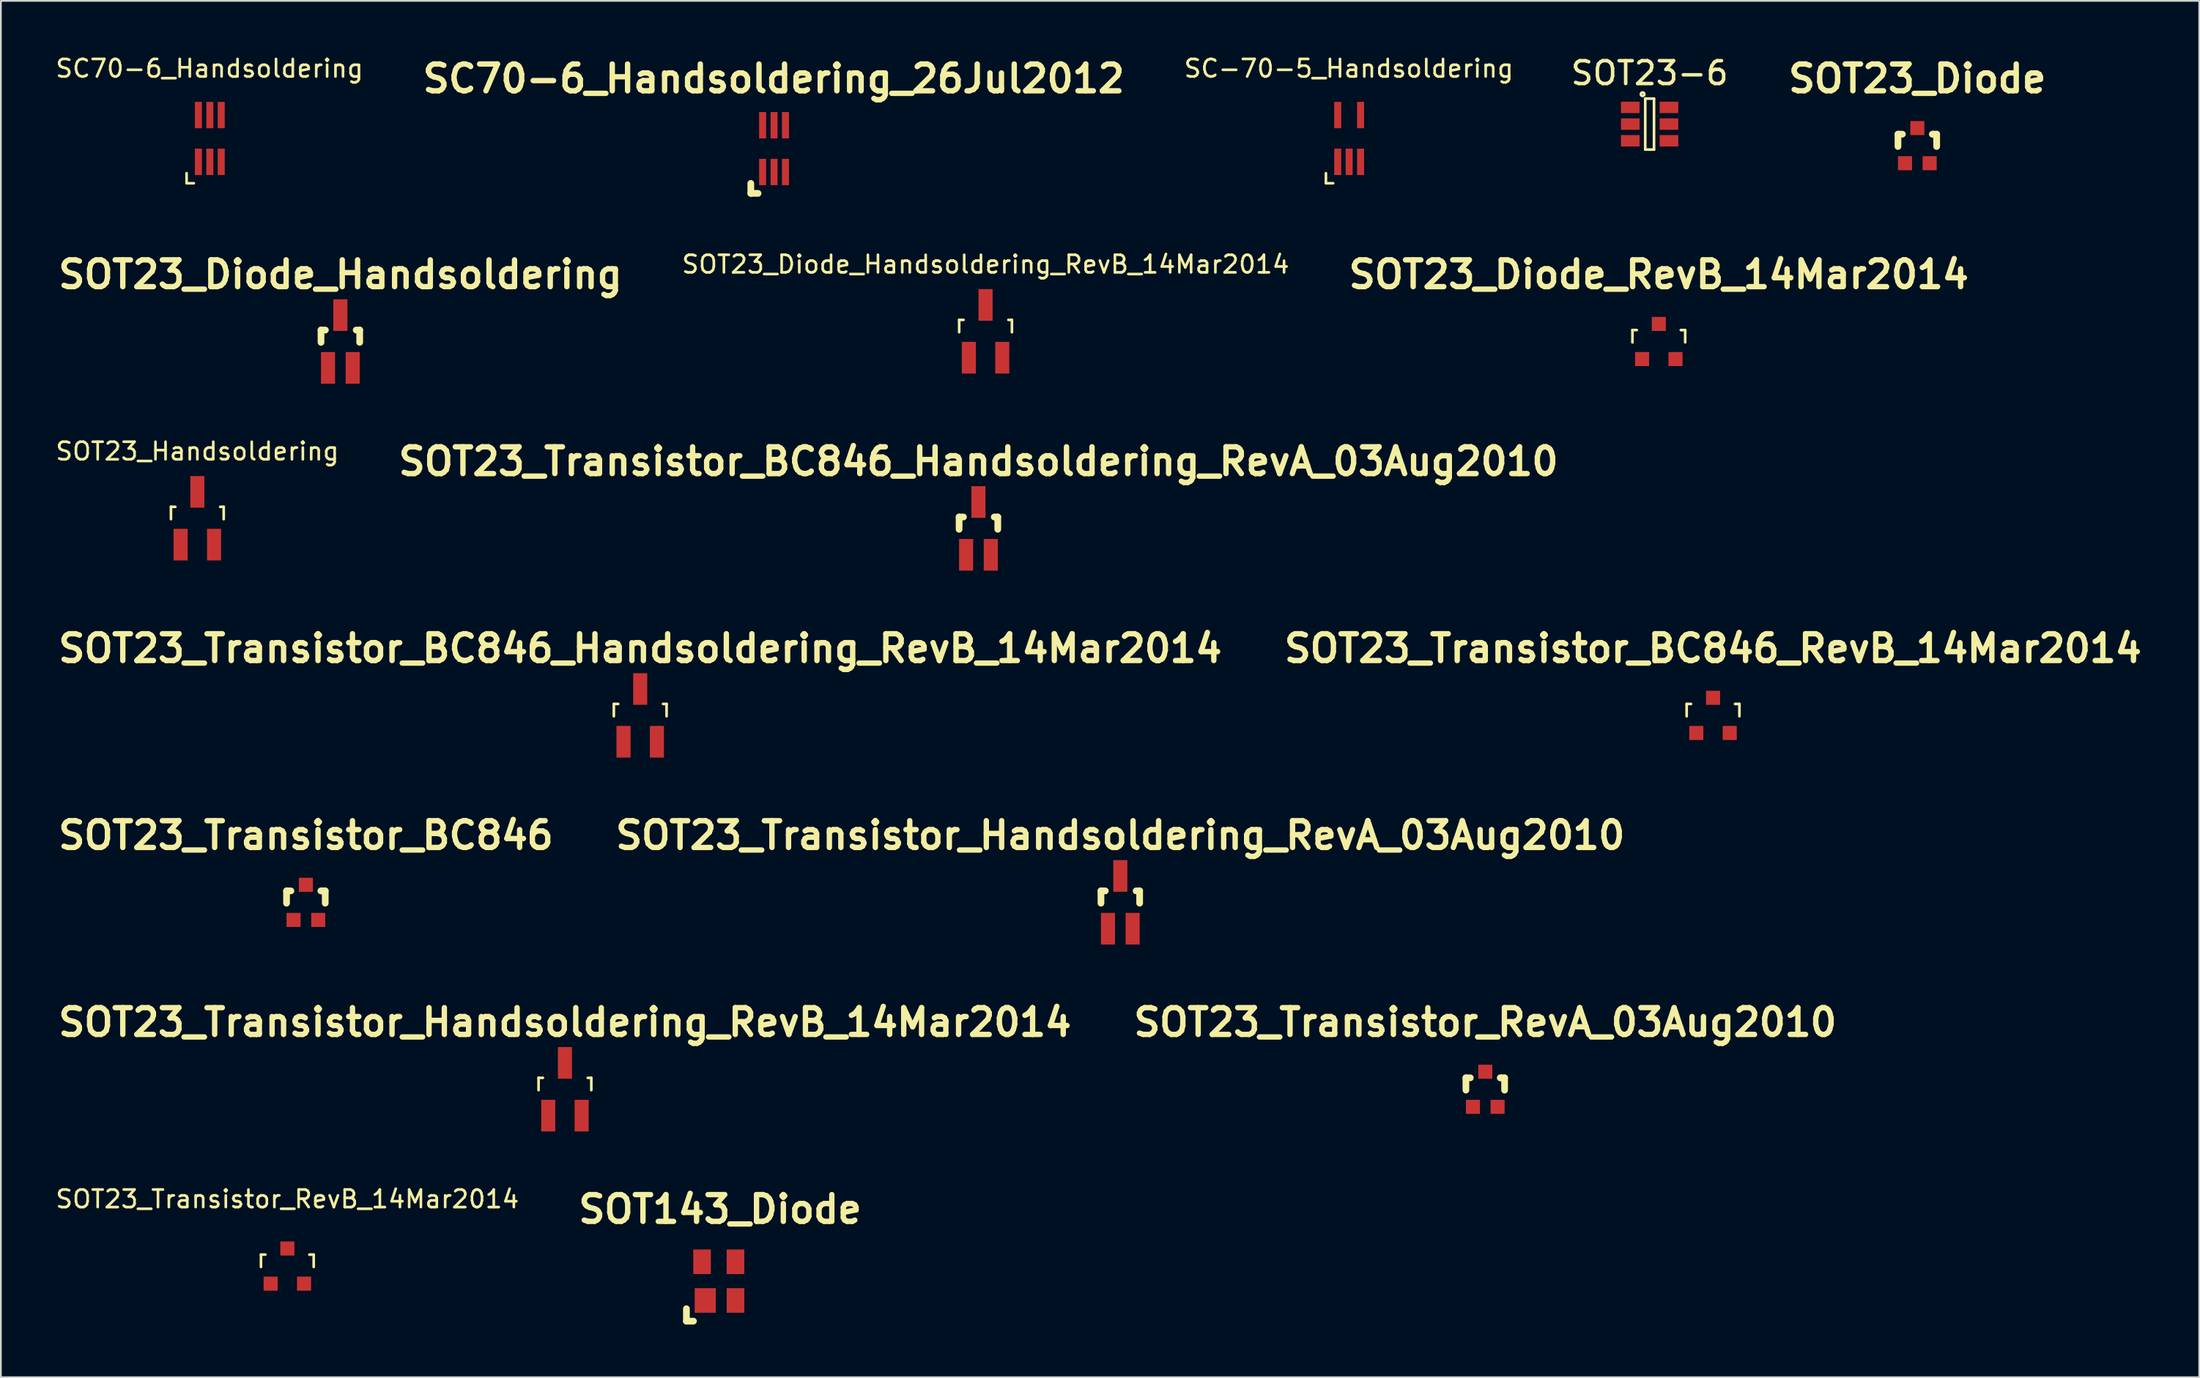
<source format=kicad_pcb>
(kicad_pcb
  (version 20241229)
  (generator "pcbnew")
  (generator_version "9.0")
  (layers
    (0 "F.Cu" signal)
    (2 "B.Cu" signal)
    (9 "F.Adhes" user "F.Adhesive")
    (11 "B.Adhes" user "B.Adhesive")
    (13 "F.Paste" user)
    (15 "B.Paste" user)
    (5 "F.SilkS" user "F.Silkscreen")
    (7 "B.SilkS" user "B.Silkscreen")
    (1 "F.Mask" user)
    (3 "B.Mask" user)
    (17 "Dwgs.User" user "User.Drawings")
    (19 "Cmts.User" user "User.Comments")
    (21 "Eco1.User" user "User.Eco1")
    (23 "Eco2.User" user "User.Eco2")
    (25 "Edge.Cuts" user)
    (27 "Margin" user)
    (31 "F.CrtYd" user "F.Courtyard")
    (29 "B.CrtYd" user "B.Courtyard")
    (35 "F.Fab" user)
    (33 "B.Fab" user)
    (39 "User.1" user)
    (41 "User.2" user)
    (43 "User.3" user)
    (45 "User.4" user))
  (footprint "SOT23_Transistor_RevA_03Aug2010"
    (layer "F.Cu")
    (at 81.421 58.933)
    (property "Reference" "SOT23_Transistor_RevA_03Aug2010" (at 0 -3.81 0) (layer "F.SilkS") (effects (font (size 1.524 1.524) (thickness 0.305))))
    (attr smd)
    (fp_line (start -1.1 -0.65) (end -0.851 -0.65) (stroke (width 0.381) (type solid)) (layer "F.SilkS"))
    (fp_line (start -1.1 0.051) (end -1.1 -0.65) (stroke (width 0.381) (type solid)) (layer "F.SilkS"))
    (fp_line (start 0.899 -0.65) (end 0.851 -0.65) (stroke (width 0.381) (type solid)) (layer "F.SilkS"))
    (fp_line (start 0.899 -0.65) (end 1.1 -0.65) (stroke (width 0.381) (type solid)) (layer "F.SilkS"))
    (fp_line (start 1.1 -0.65) (end 1.1 0.051) (stroke (width 0.381) (type solid)) (layer "F.SilkS"))
    (pad "1" smd rect (at -0.701 1.001) (size 0.8 0.8) (layers "F.Cu" "F.Mask" "F.Paste"))
    (pad "2" smd rect (at 0.701 1.001) (size 0.8 0.8) (layers "F.Cu" "F.Mask" "F.Paste"))
    (pad "3" smd rect (at 0 -0.998) (size 0.8 0.8) (layers "F.Cu" "F.Mask" "F.Paste")))
  (footprint "SOT23_Diode"
    (layer "F.Cu")
    (at 105.994 5.236)
    (property "Reference" "SOT23_Diode" (at 0 -3.81 0) (layer "F.SilkS") (effects (font (size 1.524 1.524) (thickness 0.305))))
    (attr through_hole)
    (fp_line (start -1.1 -0.65) (end -0.851 -0.65) (stroke (width 0.381) (type solid)) (layer "F.SilkS"))
    (fp_line (start -1.1 0.051) (end -1.1 -0.65) (stroke (width 0.381) (type solid)) (layer "F.SilkS"))
    (fp_line (start 0.899 -0.65) (end 0.851 -0.65) (stroke (width 0.381) (type solid)) (layer "F.SilkS"))
    (fp_line (start 0.899 -0.65) (end 1.1 -0.65) (stroke (width 0.381) (type solid)) (layer "F.SilkS"))
    (fp_line (start 1.1 -0.65) (end 1.1 0.051) (stroke (width 0.381) (type solid)) (layer "F.SilkS"))
    (pad "1" smd rect (at -0.701 1.001) (size 0.8 0.8) (layers "F.Cu" "F.Mask" "F.Paste"))
    (pad "2" smd rect (at 0.701 1.001) (size 0.8 0.8) (layers "F.Cu" "F.Mask" "F.Paste"))
    (pad "3" smd rect (at 0 -0.998) (size 0.8 0.8) (layers "F.Cu" "F.Mask" "F.Paste")))
  (footprint "SOT23_Transistor_RevB_14Mar2014"
    (layer "F.Cu")
    (at 13.292 68.993)
    (property "Reference" "SOT23_Transistor_RevB_14Mar2014" (at 0 -3.81 0) (layer "F.SilkS") (effects (font (size 1 1) (thickness 0.15))))
    (attr smd)
    (fp_line (start -1.5 -0.65) (end -1.251 -0.65) (stroke (width 0.15) (type solid)) (layer "F.SilkS"))
    (fp_line (start -1.5 0.051) (end -1.5 -0.65) (stroke (width 0.15) (type solid)) (layer "F.SilkS"))
    (fp_line (start 1.299 -0.65) (end 1.251 -0.65) (stroke (width 0.15) (type solid)) (layer "F.SilkS"))
    (fp_line (start 1.299 -0.65) (end 1.5 -0.65) (stroke (width 0.15) (type solid)) (layer "F.SilkS"))
    (fp_line (start 1.5 -0.65) (end 1.5 0.051) (stroke (width 0.15) (type solid)) (layer "F.SilkS"))
    (pad "1" smd rect (at -0.95 1.001) (size 0.8 0.8) (layers "F.Cu" "F.Mask" "F.Paste"))
    (pad "2" smd rect (at 0.95 1.001) (size 0.8 0.8) (layers "F.Cu" "F.Mask" "F.Paste"))
    (pad "3" smd rect (at 0 -0.998) (size 0.8 0.8) (layers "F.Cu" "F.Mask" "F.Paste")))
  (footprint "SOT23_Diode_Handsoldering"
    (layer "F.Cu")
    (at 16.307 16.381)
    (property "Reference" "SOT23_Diode_Handsoldering" (at 0 -3.81 0) (layer "F.SilkS") (effects (font (size 1.524 1.524) (thickness 0.305))))
    (attr through_hole)
    (fp_line (start -1.1 -0.65) (end -0.851 -0.65) (stroke (width 0.381) (type solid)) (layer "F.SilkS"))
    (fp_line (start -1.1 0.051) (end -1.1 -0.65) (stroke (width 0.381) (type solid)) (layer "F.SilkS"))
    (fp_line (start 0.899 -0.65) (end 1.1 -0.65) (stroke (width 0.381) (type solid)) (layer "F.SilkS"))
    (fp_line (start 1.1 -0.65) (end 1.1 0.051) (stroke (width 0.381) (type solid)) (layer "F.SilkS"))
    (pad "1" smd rect (at -0.701 1.501) (size 0.8 1.801) (layers "F.Cu" "F.Mask" "F.Paste"))
    (pad "2" smd rect (at 0.701 1.501) (size 0.8 1.801) (layers "F.Cu" "F.Mask" "F.Paste"))
    (pad "3" smd rect (at 0 -1.501) (size 0.8 1.801) (layers "F.Cu" "F.Mask" "F.Paste")))
  (footprint "SOT23_Transistor_BC846"
    (layer "F.Cu")
    (at 14.347 48.295)
    (property "Reference" "SOT23_Transistor_BC846" (at 0 -3.81 0) (layer "F.SilkS") (effects (font (size 1.524 1.524) (thickness 0.305))))
    (attr smd)
    (fp_line (start -1.1 -0.65) (end -0.851 -0.65) (stroke (width 0.381) (type solid)) (layer "F.SilkS"))
    (fp_line (start -1.1 0.051) (end -1.1 -0.65) (stroke (width 0.381) (type solid)) (layer "F.SilkS"))
    (fp_line (start 0.899 -0.65) (end 0.851 -0.65) (stroke (width 0.381) (type solid)) (layer "F.SilkS"))
    (fp_line (start 0.899 -0.65) (end 1.1 -0.65) (stroke (width 0.381) (type solid)) (layer "F.SilkS"))
    (fp_line (start 1.1 -0.65) (end 1.1 0.051) (stroke (width 0.381) (type solid)) (layer "F.SilkS"))
    (pad "B" smd rect (at -0.701 1.001) (size 0.8 0.8) (layers "F.Cu" "F.Mask" "F.Paste"))
    (pad "C" smd rect (at 0 -0.998) (size 0.8 0.8) (layers "F.Cu" "F.Mask" "F.Paste"))
    (pad "E" smd rect (at 0.701 1.001) (size 0.8 0.8) (layers "F.Cu" "F.Mask" "F.Paste")))
  (footprint "SOT23_Transistor_Handsoldering_RevA_03Aug2010"
    (layer "F.Cu")
    (at 60.665 48.295)
    (property "Reference" "SOT23_Transistor_Handsoldering_RevA_03Aug2010" (at 0 -3.81 0) (layer "F.SilkS") (effects (font (size 1.524 1.524) (thickness 0.305))))
    (attr smd)
    (fp_line (start -1.1 -0.65) (end -0.851 -0.65) (stroke (width 0.381) (type solid)) (layer "F.SilkS"))
    (fp_line (start -1.1 0.051) (end -1.1 -0.65) (stroke (width 0.381) (type solid)) (layer "F.SilkS"))
    (fp_line (start 0.899 -0.65) (end 1.1 -0.65) (stroke (width 0.381) (type solid)) (layer "F.SilkS"))
    (fp_line (start 1.1 -0.65) (end 1.1 0.051) (stroke (width 0.381) (type solid)) (layer "F.SilkS"))
    (pad "1" smd rect (at -0.701 1.501) (size 0.8 1.801) (layers "F.Cu" "F.Mask" "F.Paste"))
    (pad "2" smd rect (at 0.701 1.501) (size 0.8 1.801) (layers "F.Cu" "F.Mask" "F.Paste"))
    (pad "3" smd rect (at 0 -1.501) (size 0.8 1.801) (layers "F.Cu" "F.Mask" "F.Paste")))
  (footprint "SC70-6_Handsoldering"
    (layer "F.Cu")
    (at 8.883 4.828)
    (property "Reference" "SC70-6_Handsoldering" (at -0.02 -3.98 0) (layer "F.SilkS") (effects (font (size 1 1) (thickness 0.15))))
    (attr smd)
    (fp_line (start -1.321 1.979) (end -1.321 2.548) (stroke (width 0.15) (type solid)) (layer "F.SilkS"))
    (fp_line (start -1.321 2.548) (end -0.909 2.548) (stroke (width 0.15) (type solid)) (layer "F.SilkS"))
    (pad "1" smd rect (at -0.65 1.331) (size 0.399 1.501) (layers "F.Cu" "F.Mask" "F.Paste"))
    (pad "2" smd rect (at 0 1.331) (size 0.399 1.501) (layers "F.Cu" "F.Mask" "F.Paste"))
    (pad "3" smd rect (at 0.65 1.331) (size 0.399 1.501) (layers "F.Cu" "F.Mask" "F.Paste"))
    (pad "4" smd rect (at 0.65 -1.331) (size 0.399 1.501) (layers "F.Cu" "F.Mask" "F.Paste"))
    (pad "5" smd rect (at 0 -1.331) (size 0.399 1.501) (layers "F.Cu" "F.Mask" "F.Paste"))
    (pad "6" smd rect (at -0.65 -1.331) (size 0.399 1.501) (layers "F.Cu" "F.Mask" "F.Paste")))
  (footprint "SC70-6_Handsoldering_26Jul2012"
    (layer "F.Cu")
    (at 40.972 5.407)
    (property "Reference" "SC70-6_Handsoldering_26Jul2012" (at -0.02 -3.98 0) (layer "F.SilkS") (effects (font (size 1.524 1.524) (thickness 0.305))))
    (attr smd)
    (fp_line (start -1.321 1.979) (end -1.321 2.548) (stroke (width 0.381) (type solid)) (layer "F.SilkS"))
    (fp_line (start -1.321 2.548) (end -0.909 2.548) (stroke (width 0.381) (type solid)) (layer "F.SilkS"))
    (pad "1" smd rect (at -0.65 1.331) (size 0.399 1.501) (layers "F.Cu" "F.Mask" "F.Paste"))
    (pad "2" smd rect (at 0 1.331) (size 0.399 1.501) (layers "F.Cu" "F.Mask" "F.Paste"))
    (pad "3" smd rect (at 0.65 1.331) (size 0.399 1.501) (layers "F.Cu" "F.Mask" "F.Paste"))
    (pad "4" smd rect (at 0.65 -1.331) (size 0.399 1.501) (layers "F.Cu" "F.Mask" "F.Paste"))
    (pad "5" smd rect (at 0 -1.331) (size 0.399 1.501) (layers "F.Cu" "F.Mask" "F.Paste"))
    (pad "6" smd rect (at -0.65 -1.331) (size 0.399 1.501) (layers "F.Cu" "F.Mask" "F.Paste")))
  (footprint "SOT23_Transistor_Handsoldering_RevB_14Mar2014"
    (layer "F.Cu")
    (at 29.079 58.933)
    (property "Reference" "SOT23_Transistor_Handsoldering_RevB_14Mar2014" (at 0 -3.81 0) (layer "F.SilkS") (effects (font (size 1.524 1.524) (thickness 0.305))))
    (attr smd)
    (fp_line (start -1.5 -0.65) (end -1.251 -0.65) (stroke (width 0.15) (type solid)) (layer "F.SilkS"))
    (fp_line (start -1.5 0.051) (end -1.5 -0.65) (stroke (width 0.15) (type solid)) (layer "F.SilkS"))
    (fp_line (start 1.299 -0.65) (end 1.5 -0.65) (stroke (width 0.15) (type solid)) (layer "F.SilkS"))
    (fp_line (start 1.5 -0.65) (end 1.5 0.051) (stroke (width 0.15) (type solid)) (layer "F.SilkS"))
    (pad "1" smd rect (at -0.95 1.501) (size 0.8 1.801) (layers "F.Cu" "F.Mask" "F.Paste"))
    (pad "2" smd rect (at 0.95 1.501) (size 0.8 1.801) (layers "F.Cu" "F.Mask" "F.Paste"))
    (pad "3" smd rect (at 0 -1.501) (size 0.8 1.801) (layers "F.Cu" "F.Mask" "F.Paste")))
  (footprint "SOT23_Transistor_BC846_Handsoldering_RevA_03Aug2010"
    (layer "F.Cu")
    (at 52.597 27.019)
    (property "Reference" "SOT23_Transistor_BC846_Handsoldering_RevA_03Aug2010" (at 0 -3.81 0) (layer "F.SilkS") (effects (font (size 1.524 1.524) (thickness 0.305))))
    (attr smd)
    (fp_line (start -1.1 -0.65) (end -0.851 -0.65) (stroke (width 0.381) (type solid)) (layer "F.SilkS"))
    (fp_line (start -1.1 0.051) (end -1.1 -0.65) (stroke (width 0.381) (type solid)) (layer "F.SilkS"))
    (fp_line (start 0.899 -0.65) (end 1.1 -0.65) (stroke (width 0.381) (type solid)) (layer "F.SilkS"))
    (fp_line (start 1.1 -0.65) (end 1.1 0.051) (stroke (width 0.381) (type solid)) (layer "F.SilkS"))
    (pad "B" smd rect (at -0.701 1.501) (size 0.8 1.801) (layers "F.Cu" "F.Mask" "F.Paste"))
    (pad "C" smd rect (at 0 -1.501) (size 0.8 1.801) (layers "F.Cu" "F.Mask" "F.Paste"))
    (pad "E" smd rect (at 0.701 1.501) (size 0.8 1.801) (layers "F.Cu" "F.Mask" "F.Paste")))
  (footprint "SOT23_Transistor_BC846_RevB_14Mar2014"
    (layer "F.Cu")
    (at 94.375 37.657)
    (property "Reference" "SOT23_Transistor_BC846_RevB_14Mar2014" (at 0 -3.81 0) (layer "F.SilkS") (effects (font (size 1.524 1.524) (thickness 0.305))))
    (attr smd)
    (fp_line (start -1.5 -0.65) (end -1.251 -0.65) (stroke (width 0.15) (type solid)) (layer "F.SilkS"))
    (fp_line (start -1.5 0.051) (end -1.5 -0.65) (stroke (width 0.15) (type solid)) (layer "F.SilkS"))
    (fp_line (start 1.299 -0.65) (end 1.251 -0.65) (stroke (width 0.15) (type solid)) (layer "F.SilkS"))
    (fp_line (start 1.299 -0.65) (end 1.5 -0.65) (stroke (width 0.15) (type solid)) (layer "F.SilkS"))
    (fp_line (start 1.5 -0.65) (end 1.5 0.051) (stroke (width 0.15) (type solid)) (layer "F.SilkS"))
    (pad "B" smd rect (at -0.95 1.001) (size 0.8 0.8) (layers "F.Cu" "F.Mask" "F.Paste"))
    (pad "C" smd rect (at 0 -0.998) (size 0.8 0.8) (layers "F.Cu" "F.Mask" "F.Paste"))
    (pad "E" smd rect (at 0.95 1.001) (size 0.8 0.8) (layers "F.Cu" "F.Mask" "F.Paste")))
  (footprint "SOT23_Diode_Handsoldering_RevB_14Mar2014"
    (layer "F.Cu")
    (at 53.001 15.803)
    (property "Reference" "SOT23_Diode_Handsoldering_RevB_14Mar2014" (at 0 -3.81 0) (layer "F.SilkS") (effects (font (size 1 1) (thickness 0.15))))
    (attr smd)
    (fp_line (start -1.5 -0.65) (end -1.251 -0.65) (stroke (width 0.15) (type solid)) (layer "F.SilkS"))
    (fp_line (start -1.5 0.051) (end -1.5 -0.65) (stroke (width 0.15) (type solid)) (layer "F.SilkS"))
    (fp_line (start 1.299 -0.65) (end 1.5 -0.65) (stroke (width 0.15) (type solid)) (layer "F.SilkS"))
    (fp_line (start 1.5 -0.65) (end 1.5 0.051) (stroke (width 0.15) (type solid)) (layer "F.SilkS"))
    (pad "1" smd rect (at -0.95 1.501) (size 0.8 1.801) (layers "F.Cu" "F.Mask" "F.Paste"))
    (pad "2" smd rect (at 0.95 1.501) (size 0.8 1.801) (layers "F.Cu" "F.Mask" "F.Paste"))
    (pad "3" smd rect (at 0 -1.501) (size 0.8 1.801) (layers "F.Cu" "F.Mask" "F.Paste")))
  (footprint "SOT23-6"
    (layer "F.Cu")
    (at 90.769 4.011)
    (property "Reference" "SOT23-6" (at 0 -2.9 0) (layer "F.SilkS") (effects (font (size 1.3 1.3) (thickness 0.2))))
    (attr smd)
    (fp_line (start -0.25 -1.45) (end -0.25 1.45) (stroke (width 0.15) (type solid)) (layer "F.SilkS"))
    (fp_line (start -0.25 1.45) (end 0.25 1.45) (stroke (width 0.15) (type solid)) (layer "F.SilkS"))
    (fp_line (start 0.25 -1.45) (end -0.25 -1.45) (stroke (width 0.15) (type solid)) (layer "F.SilkS"))
    (fp_line (start 0.25 1.45) (end 0.25 -1.45) (stroke (width 0.15) (type solid)) (layer "F.SilkS"))
    (fp_circle (center -0.4 -1.7) (end -0.3 -1.7) (stroke (width 0.15) (type solid)) (fill no) (layer "F.SilkS"))
    (pad "1" smd rect (at -1.1 -0.95) (size 1.06 0.65) (layers "F.Cu" "F.Mask" "F.Paste"))
    (pad "2" smd rect (at -1.1 0) (size 1.06 0.65) (layers "F.Cu" "F.Mask" "F.Paste"))
    (pad "3" smd rect (at -1.1 0.95) (size 1.06 0.65) (layers "F.Cu" "F.Mask" "F.Paste"))
    (pad "4" smd rect (at 1.1 0.95) (size 1.06 0.65) (layers "F.Cu" "F.Mask" "F.Paste"))
    (pad "5" smd rect (at 1.1 0) (size 1.06 0.65) (layers "F.Cu" "F.Mask" "F.Paste"))
    (pad "6" smd rect (at 1.1 -0.95) (size 1.06 0.65) (layers "F.Cu" "F.Mask" "F.Paste")))
  (footprint "SOT23_Transistor_BC846_Handsoldering_RevB_14Mar2014"
    (layer "F.Cu")
    (at 33.361 37.657)
    (property "Reference" "SOT23_Transistor_BC846_Handsoldering_RevB_14Mar2014" (at 0 -3.81 0) (layer "F.SilkS") (effects (font (size 1.524 1.524) (thickness 0.305))))
    (attr smd)
    (fp_line (start -1.5 -0.65) (end -1.251 -0.65) (stroke (width 0.15) (type solid)) (layer "F.SilkS"))
    (fp_line (start -1.5 0.051) (end -1.5 -0.65) (stroke (width 0.15) (type solid)) (layer "F.SilkS"))
    (fp_line (start 1.299 -0.65) (end 1.5 -0.65) (stroke (width 0.15) (type solid)) (layer "F.SilkS"))
    (fp_line (start 1.5 -0.65) (end 1.5 0.051) (stroke (width 0.15) (type solid)) (layer "F.SilkS"))
    (pad "B" smd rect (at -0.95 1.501) (size 0.8 1.801) (layers "F.Cu" "F.Mask" "F.Paste"))
    (pad "C" smd rect (at 0 -1.501) (size 0.8 1.801) (layers "F.Cu" "F.Mask" "F.Paste"))
    (pad "E" smd rect (at 0.95 1.501) (size 0.8 1.801) (layers "F.Cu" "F.Mask" "F.Paste")))
  (footprint "SC-70-5_Handsoldering"
    (layer "F.Cu")
    (at 73.68 4.828)
    (property "Reference" "SC-70-5_Handsoldering" (at -0.02 -3.98 0) (layer "F.SilkS") (effects (font (size 1 1) (thickness 0.15))))
    (attr smd)
    (fp_line (start -1.321 1.979) (end -1.321 2.548) (stroke (width 0.15) (type solid)) (layer "F.SilkS"))
    (fp_line (start -1.321 2.548) (end -0.909 2.548) (stroke (width 0.15) (type solid)) (layer "F.SilkS"))
    (pad "1" smd rect (at -0.65 1.331) (size 0.399 1.501) (layers "F.Cu" "F.Mask" "F.Paste"))
    (pad "2" smd rect (at 0 1.331) (size 0.399 1.501) (layers "F.Cu" "F.Mask" "F.Paste"))
    (pad "3" smd rect (at 0.65 1.331) (size 0.399 1.501) (layers "F.Cu" "F.Mask" "F.Paste"))
    (pad "4" smd rect (at 0.65 -1.331) (size 0.399 1.501) (layers "F.Cu" "F.Mask" "F.Paste"))
    (pad "5" smd rect (at -0.65 -1.331) (size 0.399 1.501) (layers "F.Cu" "F.Mask" "F.Paste")))
  (footprint "SOT143_Diode"
    (layer "F.Cu")
    (at 37.829 69.851)
    (property "Reference" "SOT143_Diode" (at 0.079 -4.089 0) (layer "F.SilkS") (effects (font (size 1.524 1.524) (thickness 0.305))))
    (attr smd)
    (fp_line (start -1.841 1.57) (end -1.841 2.278) (stroke (width 0.381) (type solid)) (layer "F.SilkS"))
    (fp_line (start -1.841 2.278) (end -1.44 2.278) (stroke (width 0.381) (type solid)) (layer "F.SilkS"))
    (pad "1" smd rect (at -0.77 1.1) (size 1.199 1.4) (layers "F.Cu" "F.Mask" "F.Paste"))
    (pad "2" smd rect (at 0.95 1.1) (size 1.001 1.4) (layers "F.Cu" "F.Mask" "F.Paste"))
    (pad "3" smd rect (at 0.95 -1.1) (size 1.001 1.4) (layers "F.Cu" "F.Mask" "F.Paste"))
    (pad "4" smd rect (at -0.95 -1.1) (size 1.001 1.4) (layers "F.Cu" "F.Mask" "F.Paste")))
  (footprint "SOT23_Diode_RevB_14Mar2014"
    (layer "F.Cu")
    (at 91.291 16.381)
    (property "Reference" "SOT23_Diode_RevB_14Mar2014" (at 0 -3.81 0) (layer "F.SilkS") (effects (font (size 1.524 1.524) (thickness 0.305))))
    (attr smd)
    (fp_line (start -1.5 -0.65) (end -1.251 -0.65) (stroke (width 0.15) (type solid)) (layer "F.SilkS"))
    (fp_line (start -1.5 0.051) (end -1.5 -0.65) (stroke (width 0.15) (type solid)) (layer "F.SilkS"))
    (fp_line (start 1.299 -0.65) (end 1.251 -0.65) (stroke (width 0.15) (type solid)) (layer "F.SilkS"))
    (fp_line (start 1.299 -0.65) (end 1.5 -0.65) (stroke (width 0.15) (type solid)) (layer "F.SilkS"))
    (fp_line (start 1.5 -0.65) (end 1.5 0.051) (stroke (width 0.15) (type solid)) (layer "F.SilkS"))
    (pad "1" smd rect (at -0.95 1.001) (size 0.8 0.8) (layers "F.Cu" "F.Mask" "F.Paste"))
    (pad "2" smd rect (at 0.95 1.001) (size 0.8 0.8) (layers "F.Cu" "F.Mask" "F.Paste"))
    (pad "3" smd rect (at 0 -0.998) (size 0.8 0.8) (layers "F.Cu" "F.Mask" "F.Paste")))
  (footprint "SOT23_Handsoldering"
    (layer "F.Cu")
    (at 8.173 26.441)
    (property "Reference" "SOT23_Handsoldering" (at 0 -3.81 0) (layer "F.SilkS") (effects (font (size 1 1) (thickness 0.15))))
    (attr smd)
    (fp_line (start -1.5 -0.65) (end -1.251 -0.65) (stroke (width 0.15) (type solid)) (layer "F.SilkS"))
    (fp_line (start -1.5 0.051) (end -1.5 -0.65) (stroke (width 0.15) (type solid)) (layer "F.SilkS"))
    (fp_line (start 1.299 -0.65) (end 1.5 -0.65) (stroke (width 0.15) (type solid)) (layer "F.SilkS"))
    (fp_line (start 1.5 -0.65) (end 1.5 0.051) (stroke (width 0.15) (type solid)) (layer "F.SilkS"))
    (pad "1" smd rect (at -0.95 1.501) (size 0.8 1.801) (layers "F.Cu" "F.Mask" "F.Paste"))
    (pad "2" smd rect (at 0.95 1.501) (size 0.8 1.801) (layers "F.Cu" "F.Mask" "F.Paste"))
    (pad "3" smd rect (at 0 -1.501) (size 0.8 1.801) (layers "F.Cu" "F.Mask" "F.Paste")))
  (gr_rect
    (start -3 -3)
    (end 122.027 75.32)
    (stroke (width 0.1) (type default))
    (fill no)
    (layer "Edge.Cuts")))
</source>
